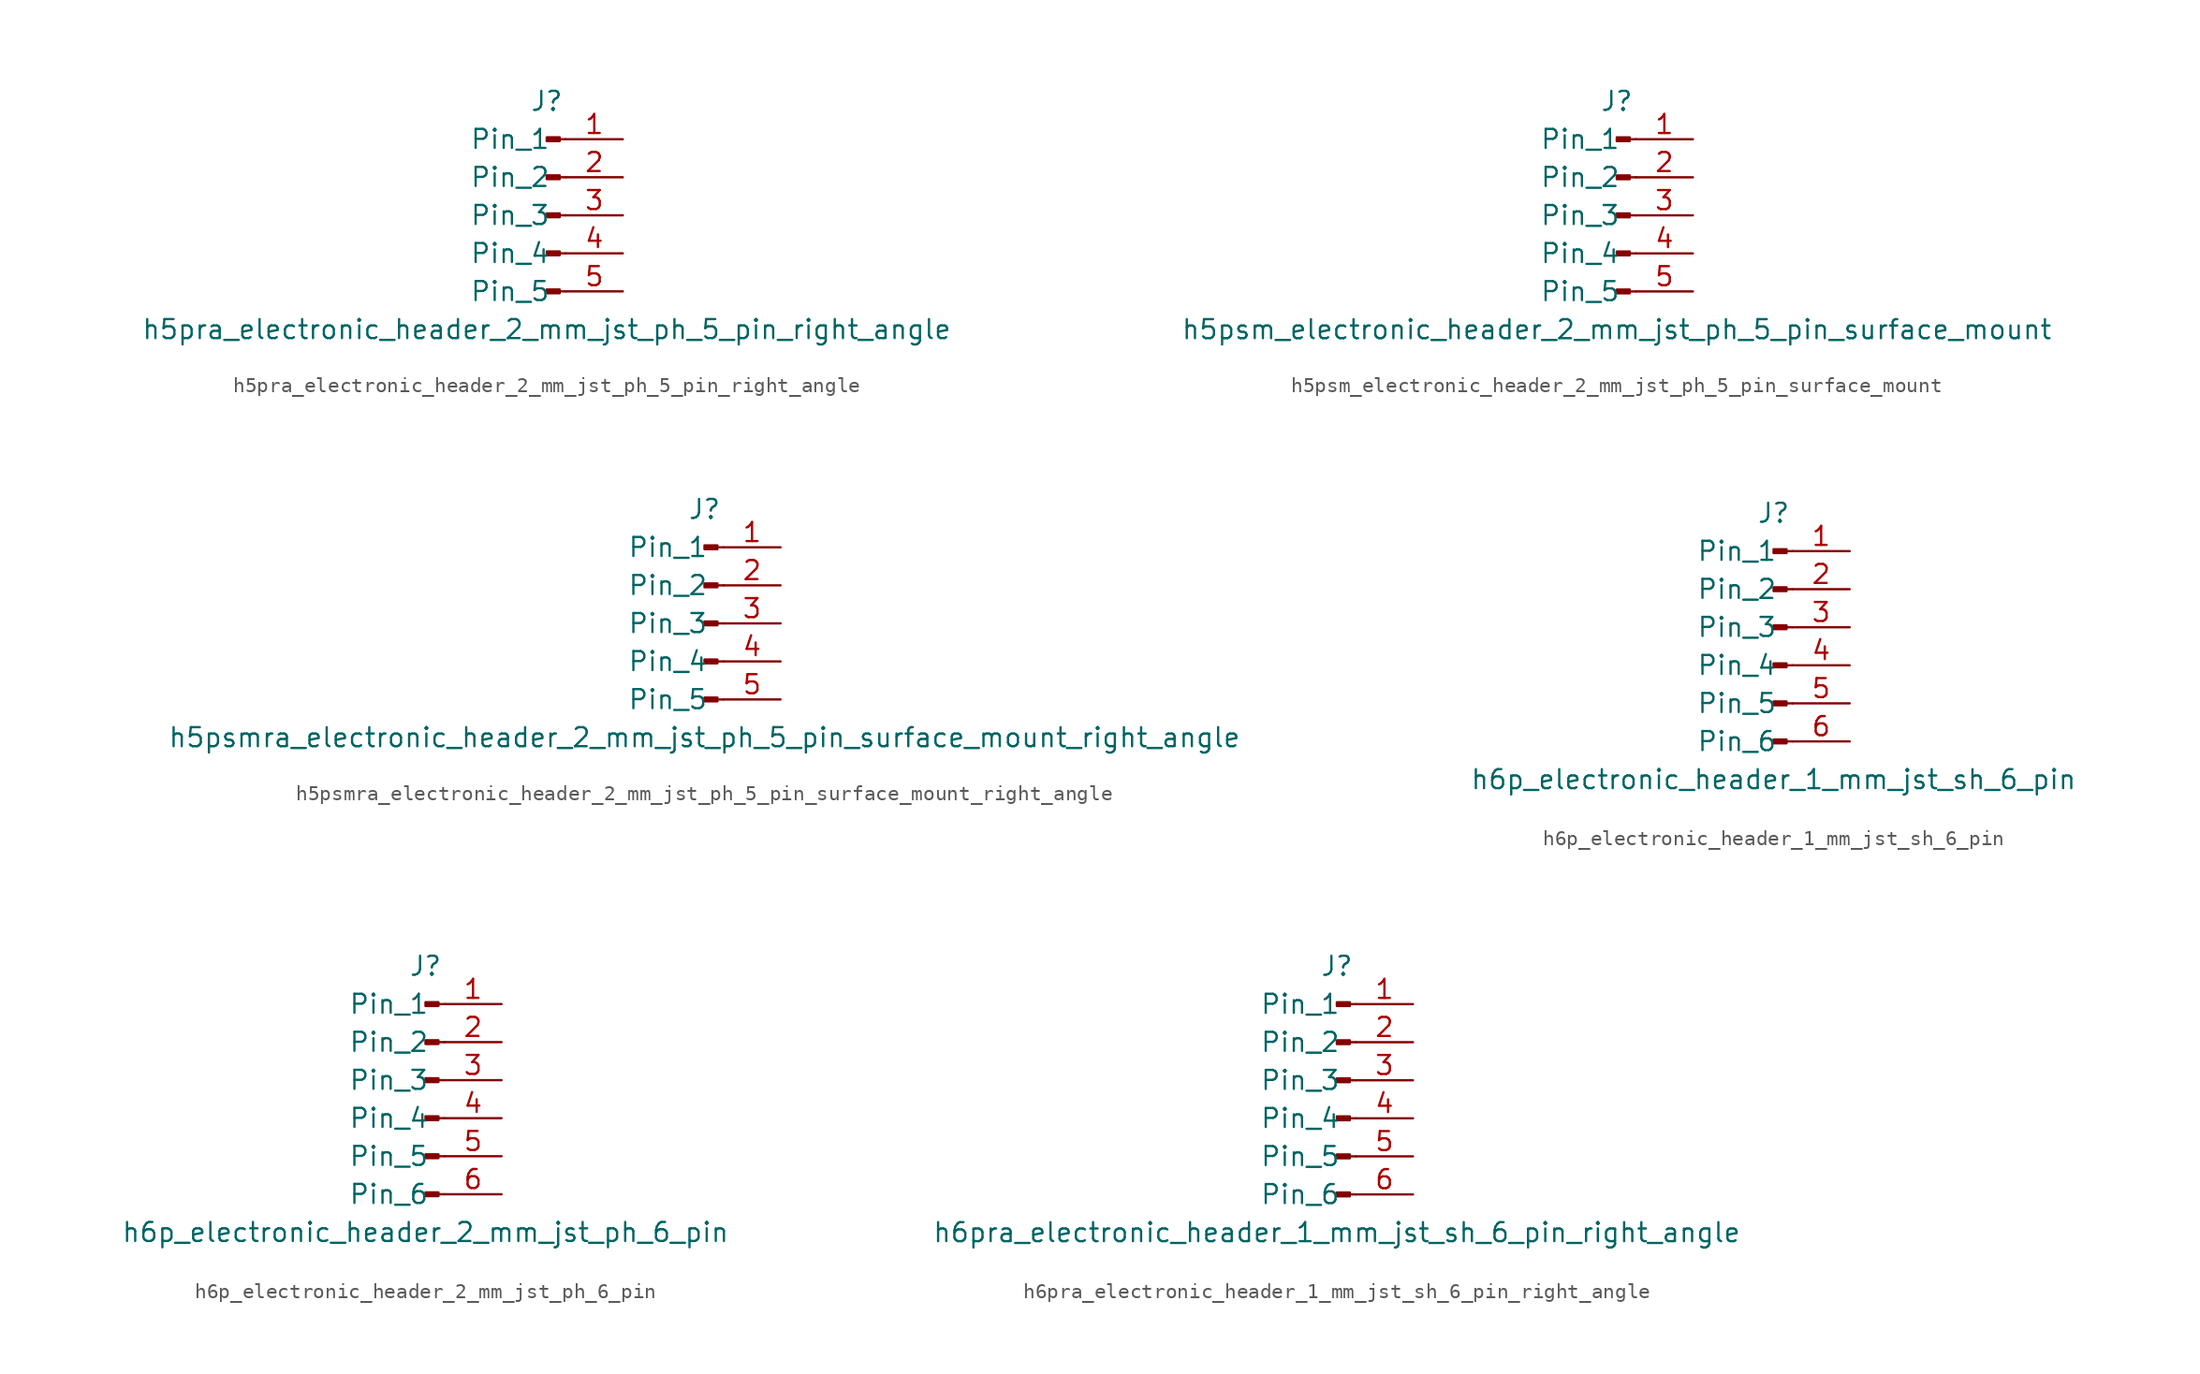
<source format=kicad_sym>
(kicad_symbol_lib
  (version 20220914)
  (generator kicad_symbol_editor)
  (symbol "h5pra_electronic_header_2_mm_jst_ph_5_pin_right_angle"
    (pin_names
      (offset 1.016))
    (property "Reference" "J"
      (at 0 7.62 0)
      (effects (font (size 1.27 1.27))))
    (property "Value" "h5pra_electronic_header_2_mm_jst_ph_5_pin_right_angle"
      (at 0 -7.62 0)
      (effects (font (size 1.27 1.27))))
    (property "ki_locked" ""
      (at 0 0 0)
      (effects (font (size 1.27 1.27))))
    (symbol "h5pra_electronic_header_2_mm_jst_ph_5_pin_right_angle_1_1"
      (polyline (pts (xy 1.27 -5.08) (xy 0.864 -5.08)) (stroke (width 0.152) (type default)) (fill (type none)))
      (polyline (pts (xy 1.27 -2.54) (xy 0.864 -2.54)) (stroke (width 0.152) (type default)) (fill (type none)))
      (polyline (pts (xy 1.27 0) (xy 0.864 0)) (stroke (width 0.152) (type default)) (fill (type none)))
      (polyline (pts (xy 1.27 2.54) (xy 0.864 2.54)) (stroke (width 0.152) (type default)) (fill (type none)))
      (polyline (pts (xy 1.27 5.08) (xy 0.864 5.08)) (stroke (width 0.152) (type default)) (fill (type none)))
      (rectangle (start 0.864 -4.953) (end 0 -5.207) (stroke (width 0.152) (type default)) (fill (type outline)))
      (rectangle (start 0.864 -2.413) (end 0 -2.667) (stroke (width 0.152) (type default)) (fill (type outline)))
      (rectangle (start 0.864 0.127) (end 0 -0.127) (stroke (width 0.152) (type default)) (fill (type outline)))
      (rectangle (start 0.864 2.667) (end 0 2.413) (stroke (width 0.152) (type default)) (fill (type outline)))
      (rectangle (start 0.864 5.207) (end 0 4.953) (stroke (width 0.152) (type default)) (fill (type outline)))
      (pin passive line (at 5.08 5.08 180) (length 3.81) (name "Pin_1" (effects (font (size 1.27 1.27)))) (number "1" (effects (font (size 1.27 1.27)))))
      (pin passive line (at 5.08 2.54 180) (length 3.81) (name "Pin_2" (effects (font (size 1.27 1.27)))) (number "2" (effects (font (size 1.27 1.27)))))
      (pin passive line (at 5.08 0 180) (length 3.81) (name "Pin_3" (effects (font (size 1.27 1.27)))) (number "3" (effects (font (size 1.27 1.27)))))
      (pin passive line (at 5.08 -2.54 180) (length 3.81) (name "Pin_4" (effects (font (size 1.27 1.27)))) (number "4" (effects (font (size 1.27 1.27)))))
      (pin passive line (at 5.08 -5.08 180) (length 3.81) (name "Pin_5" (effects (font (size 1.27 1.27)))) (number "5" (effects (font (size 1.27 1.27)))))))
  (symbol "h5psm_electronic_header_2_mm_jst_ph_5_pin_surface_mount"
    (pin_names
      (offset 1.016))
    (property "Reference" "J"
      (at 0 7.62 0)
      (effects (font (size 1.27 1.27))))
    (property "Value" "h5psm_electronic_header_2_mm_jst_ph_5_pin_surface_mount"
      (at 0 -7.62 0)
      (effects (font (size 1.27 1.27))))
    (property "ki_locked" ""
      (at 0 0 0)
      (effects (font (size 1.27 1.27))))
    (symbol "h5psm_electronic_header_2_mm_jst_ph_5_pin_surface_mount_1_1"
      (polyline (pts (xy 1.27 -5.08) (xy 0.864 -5.08)) (stroke (width 0.152) (type default)) (fill (type none)))
      (polyline (pts (xy 1.27 -2.54) (xy 0.864 -2.54)) (stroke (width 0.152) (type default)) (fill (type none)))
      (polyline (pts (xy 1.27 0) (xy 0.864 0)) (stroke (width 0.152) (type default)) (fill (type none)))
      (polyline (pts (xy 1.27 2.54) (xy 0.864 2.54)) (stroke (width 0.152) (type default)) (fill (type none)))
      (polyline (pts (xy 1.27 5.08) (xy 0.864 5.08)) (stroke (width 0.152) (type default)) (fill (type none)))
      (rectangle (start 0.864 -4.953) (end 0 -5.207) (stroke (width 0.152) (type default)) (fill (type outline)))
      (rectangle (start 0.864 -2.413) (end 0 -2.667) (stroke (width 0.152) (type default)) (fill (type outline)))
      (rectangle (start 0.864 0.127) (end 0 -0.127) (stroke (width 0.152) (type default)) (fill (type outline)))
      (rectangle (start 0.864 2.667) (end 0 2.413) (stroke (width 0.152) (type default)) (fill (type outline)))
      (rectangle (start 0.864 5.207) (end 0 4.953) (stroke (width 0.152) (type default)) (fill (type outline)))
      (pin passive line (at 5.08 5.08 180) (length 3.81) (name "Pin_1" (effects (font (size 1.27 1.27)))) (number "1" (effects (font (size 1.27 1.27)))))
      (pin passive line (at 5.08 2.54 180) (length 3.81) (name "Pin_2" (effects (font (size 1.27 1.27)))) (number "2" (effects (font (size 1.27 1.27)))))
      (pin passive line (at 5.08 0 180) (length 3.81) (name "Pin_3" (effects (font (size 1.27 1.27)))) (number "3" (effects (font (size 1.27 1.27)))))
      (pin passive line (at 5.08 -2.54 180) (length 3.81) (name "Pin_4" (effects (font (size 1.27 1.27)))) (number "4" (effects (font (size 1.27 1.27)))))
      (pin passive line (at 5.08 -5.08 180) (length 3.81) (name "Pin_5" (effects (font (size 1.27 1.27)))) (number "5" (effects (font (size 1.27 1.27)))))))
  (symbol "h5psmra_electronic_header_2_mm_jst_ph_5_pin_surface_mount_right_angle"
    (pin_names
      (offset 1.016))
    (property "Reference" "J"
      (at 0 7.62 0)
      (effects (font (size 1.27 1.27))))
    (property "Value" "h5psmra_electronic_header_2_mm_jst_ph_5_pin_surface_mount_right_angle"
      (at 0 -7.62 0)
      (effects (font (size 1.27 1.27))))
    (property "ki_locked" ""
      (at 0 0 0)
      (effects (font (size 1.27 1.27))))
    (symbol "h5psmra_electronic_header_2_mm_jst_ph_5_pin_surface_mount_right_angle_1_1"
      (polyline (pts (xy 1.27 -5.08) (xy 0.864 -5.08)) (stroke (width 0.152) (type default)) (fill (type none)))
      (polyline (pts (xy 1.27 -2.54) (xy 0.864 -2.54)) (stroke (width 0.152) (type default)) (fill (type none)))
      (polyline (pts (xy 1.27 0) (xy 0.864 0)) (stroke (width 0.152) (type default)) (fill (type none)))
      (polyline (pts (xy 1.27 2.54) (xy 0.864 2.54)) (stroke (width 0.152) (type default)) (fill (type none)))
      (polyline (pts (xy 1.27 5.08) (xy 0.864 5.08)) (stroke (width 0.152) (type default)) (fill (type none)))
      (rectangle (start 0.864 -4.953) (end 0 -5.207) (stroke (width 0.152) (type default)) (fill (type outline)))
      (rectangle (start 0.864 -2.413) (end 0 -2.667) (stroke (width 0.152) (type default)) (fill (type outline)))
      (rectangle (start 0.864 0.127) (end 0 -0.127) (stroke (width 0.152) (type default)) (fill (type outline)))
      (rectangle (start 0.864 2.667) (end 0 2.413) (stroke (width 0.152) (type default)) (fill (type outline)))
      (rectangle (start 0.864 5.207) (end 0 4.953) (stroke (width 0.152) (type default)) (fill (type outline)))
      (pin passive line (at 5.08 5.08 180) (length 3.81) (name "Pin_1" (effects (font (size 1.27 1.27)))) (number "1" (effects (font (size 1.27 1.27)))))
      (pin passive line (at 5.08 2.54 180) (length 3.81) (name "Pin_2" (effects (font (size 1.27 1.27)))) (number "2" (effects (font (size 1.27 1.27)))))
      (pin passive line (at 5.08 0 180) (length 3.81) (name "Pin_3" (effects (font (size 1.27 1.27)))) (number "3" (effects (font (size 1.27 1.27)))))
      (pin passive line (at 5.08 -2.54 180) (length 3.81) (name "Pin_4" (effects (font (size 1.27 1.27)))) (number "4" (effects (font (size 1.27 1.27)))))
      (pin passive line (at 5.08 -5.08 180) (length 3.81) (name "Pin_5" (effects (font (size 1.27 1.27)))) (number "5" (effects (font (size 1.27 1.27)))))))
  (symbol "h6p_electronic_header_1_mm_jst_sh_6_pin"
    (pin_names
      (offset 1.016))
    (property "Reference" "J"
      (at 0 7.62 0)
      (effects (font (size 1.27 1.27))))
    (property "Value" "h6p_electronic_header_1_mm_jst_sh_6_pin"
      (at 0 -10.16 0)
      (effects (font (size 1.27 1.27))))
    (property "ki_locked" ""
      (at 0 0 0)
      (effects (font (size 1.27 1.27))))
    (symbol "h6p_electronic_header_1_mm_jst_sh_6_pin_1_1"
      (polyline (pts (xy 1.27 -7.62) (xy 0.864 -7.62)) (stroke (width 0.152) (type default)) (fill (type none)))
      (polyline (pts (xy 1.27 -5.08) (xy 0.864 -5.08)) (stroke (width 0.152) (type default)) (fill (type none)))
      (polyline (pts (xy 1.27 -2.54) (xy 0.864 -2.54)) (stroke (width 0.152) (type default)) (fill (type none)))
      (polyline (pts (xy 1.27 0) (xy 0.864 0)) (stroke (width 0.152) (type default)) (fill (type none)))
      (polyline (pts (xy 1.27 2.54) (xy 0.864 2.54)) (stroke (width 0.152) (type default)) (fill (type none)))
      (polyline (pts (xy 1.27 5.08) (xy 0.864 5.08)) (stroke (width 0.152) (type default)) (fill (type none)))
      (rectangle (start 0.864 -7.493) (end 0 -7.747) (stroke (width 0.152) (type default)) (fill (type outline)))
      (rectangle (start 0.864 -4.953) (end 0 -5.207) (stroke (width 0.152) (type default)) (fill (type outline)))
      (rectangle (start 0.864 -2.413) (end 0 -2.667) (stroke (width 0.152) (type default)) (fill (type outline)))
      (rectangle (start 0.864 0.127) (end 0 -0.127) (stroke (width 0.152) (type default)) (fill (type outline)))
      (rectangle (start 0.864 2.667) (end 0 2.413) (stroke (width 0.152) (type default)) (fill (type outline)))
      (rectangle (start 0.864 5.207) (end 0 4.953) (stroke (width 0.152) (type default)) (fill (type outline)))
      (pin passive line (at 5.08 5.08 180) (length 3.81) (name "Pin_1" (effects (font (size 1.27 1.27)))) (number "1" (effects (font (size 1.27 1.27)))))
      (pin passive line (at 5.08 2.54 180) (length 3.81) (name "Pin_2" (effects (font (size 1.27 1.27)))) (number "2" (effects (font (size 1.27 1.27)))))
      (pin passive line (at 5.08 0 180) (length 3.81) (name "Pin_3" (effects (font (size 1.27 1.27)))) (number "3" (effects (font (size 1.27 1.27)))))
      (pin passive line (at 5.08 -2.54 180) (length 3.81) (name "Pin_4" (effects (font (size 1.27 1.27)))) (number "4" (effects (font (size 1.27 1.27)))))
      (pin passive line (at 5.08 -5.08 180) (length 3.81) (name "Pin_5" (effects (font (size 1.27 1.27)))) (number "5" (effects (font (size 1.27 1.27)))))
      (pin passive line (at 5.08 -7.62 180) (length 3.81) (name "Pin_6" (effects (font (size 1.27 1.27)))) (number "6" (effects (font (size 1.27 1.27)))))))
  (symbol "h6p_electronic_header_2_mm_jst_ph_6_pin"
    (pin_names
      (offset 1.016))
    (property "Reference" "J"
      (at 0 7.62 0)
      (effects (font (size 1.27 1.27))))
    (property "Value" "h6p_electronic_header_2_mm_jst_ph_6_pin"
      (at 0 -10.16 0)
      (effects (font (size 1.27 1.27))))
    (property "ki_locked" ""
      (at 0 0 0)
      (effects (font (size 1.27 1.27))))
    (symbol "h6p_electronic_header_2_mm_jst_ph_6_pin_1_1"
      (polyline (pts (xy 1.27 -7.62) (xy 0.864 -7.62)) (stroke (width 0.152) (type default)) (fill (type none)))
      (polyline (pts (xy 1.27 -5.08) (xy 0.864 -5.08)) (stroke (width 0.152) (type default)) (fill (type none)))
      (polyline (pts (xy 1.27 -2.54) (xy 0.864 -2.54)) (stroke (width 0.152) (type default)) (fill (type none)))
      (polyline (pts (xy 1.27 0) (xy 0.864 0)) (stroke (width 0.152) (type default)) (fill (type none)))
      (polyline (pts (xy 1.27 2.54) (xy 0.864 2.54)) (stroke (width 0.152) (type default)) (fill (type none)))
      (polyline (pts (xy 1.27 5.08) (xy 0.864 5.08)) (stroke (width 0.152) (type default)) (fill (type none)))
      (rectangle (start 0.864 -7.493) (end 0 -7.747) (stroke (width 0.152) (type default)) (fill (type outline)))
      (rectangle (start 0.864 -4.953) (end 0 -5.207) (stroke (width 0.152) (type default)) (fill (type outline)))
      (rectangle (start 0.864 -2.413) (end 0 -2.667) (stroke (width 0.152) (type default)) (fill (type outline)))
      (rectangle (start 0.864 0.127) (end 0 -0.127) (stroke (width 0.152) (type default)) (fill (type outline)))
      (rectangle (start 0.864 2.667) (end 0 2.413) (stroke (width 0.152) (type default)) (fill (type outline)))
      (rectangle (start 0.864 5.207) (end 0 4.953) (stroke (width 0.152) (type default)) (fill (type outline)))
      (pin passive line (at 5.08 5.08 180) (length 3.81) (name "Pin_1" (effects (font (size 1.27 1.27)))) (number "1" (effects (font (size 1.27 1.27)))))
      (pin passive line (at 5.08 2.54 180) (length 3.81) (name "Pin_2" (effects (font (size 1.27 1.27)))) (number "2" (effects (font (size 1.27 1.27)))))
      (pin passive line (at 5.08 0 180) (length 3.81) (name "Pin_3" (effects (font (size 1.27 1.27)))) (number "3" (effects (font (size 1.27 1.27)))))
      (pin passive line (at 5.08 -2.54 180) (length 3.81) (name "Pin_4" (effects (font (size 1.27 1.27)))) (number "4" (effects (font (size 1.27 1.27)))))
      (pin passive line (at 5.08 -5.08 180) (length 3.81) (name "Pin_5" (effects (font (size 1.27 1.27)))) (number "5" (effects (font (size 1.27 1.27)))))
      (pin passive line (at 5.08 -7.62 180) (length 3.81) (name "Pin_6" (effects (font (size 1.27 1.27)))) (number "6" (effects (font (size 1.27 1.27)))))))
  (symbol "h6pra_electronic_header_1_mm_jst_sh_6_pin_right_angle"
    (pin_names
      (offset 1.016))
    (property "Reference" "J"
      (at 0 7.62 0)
      (effects (font (size 1.27 1.27))))
    (property "Value" "h6pra_electronic_header_1_mm_jst_sh_6_pin_right_angle"
      (at 0 -10.16 0)
      (effects (font (size 1.27 1.27))))
    (property "ki_locked" ""
      (at 0 0 0)
      (effects (font (size 1.27 1.27))))
    (symbol "h6pra_electronic_header_1_mm_jst_sh_6_pin_right_angle_1_1"
      (polyline (pts (xy 1.27 -7.62) (xy 0.864 -7.62)) (stroke (width 0.152) (type default)) (fill (type none)))
      (polyline (pts (xy 1.27 -5.08) (xy 0.864 -5.08)) (stroke (width 0.152) (type default)) (fill (type none)))
      (polyline (pts (xy 1.27 -2.54) (xy 0.864 -2.54)) (stroke (width 0.152) (type default)) (fill (type none)))
      (polyline (pts (xy 1.27 0) (xy 0.864 0)) (stroke (width 0.152) (type default)) (fill (type none)))
      (polyline (pts (xy 1.27 2.54) (xy 0.864 2.54)) (stroke (width 0.152) (type default)) (fill (type none)))
      (polyline (pts (xy 1.27 5.08) (xy 0.864 5.08)) (stroke (width 0.152) (type default)) (fill (type none)))
      (rectangle (start 0.864 -7.493) (end 0 -7.747) (stroke (width 0.152) (type default)) (fill (type outline)))
      (rectangle (start 0.864 -4.953) (end 0 -5.207) (stroke (width 0.152) (type default)) (fill (type outline)))
      (rectangle (start 0.864 -2.413) (end 0 -2.667) (stroke (width 0.152) (type default)) (fill (type outline)))
      (rectangle (start 0.864 0.127) (end 0 -0.127) (stroke (width 0.152) (type default)) (fill (type outline)))
      (rectangle (start 0.864 2.667) (end 0 2.413) (stroke (width 0.152) (type default)) (fill (type outline)))
      (rectangle (start 0.864 5.207) (end 0 4.953) (stroke (width 0.152) (type default)) (fill (type outline)))
      (pin passive line (at 5.08 5.08 180) (length 3.81) (name "Pin_1" (effects (font (size 1.27 1.27)))) (number "1" (effects (font (size 1.27 1.27)))))
      (pin passive line (at 5.08 2.54 180) (length 3.81) (name "Pin_2" (effects (font (size 1.27 1.27)))) (number "2" (effects (font (size 1.27 1.27)))))
      (pin passive line (at 5.08 0 180) (length 3.81) (name "Pin_3" (effects (font (size 1.27 1.27)))) (number "3" (effects (font (size 1.27 1.27)))))
      (pin passive line (at 5.08 -2.54 180) (length 3.81) (name "Pin_4" (effects (font (size 1.27 1.27)))) (number "4" (effects (font (size 1.27 1.27)))))
      (pin passive line (at 5.08 -5.08 180) (length 3.81) (name "Pin_5" (effects (font (size 1.27 1.27)))) (number "5" (effects (font (size 1.27 1.27)))))
      (pin passive line (at 5.08 -7.62 180) (length 3.81) (name "Pin_6" (effects (font (size 1.27 1.27)))) (number "6" (effects (font (size 1.27 1.27))))))))
</source>
